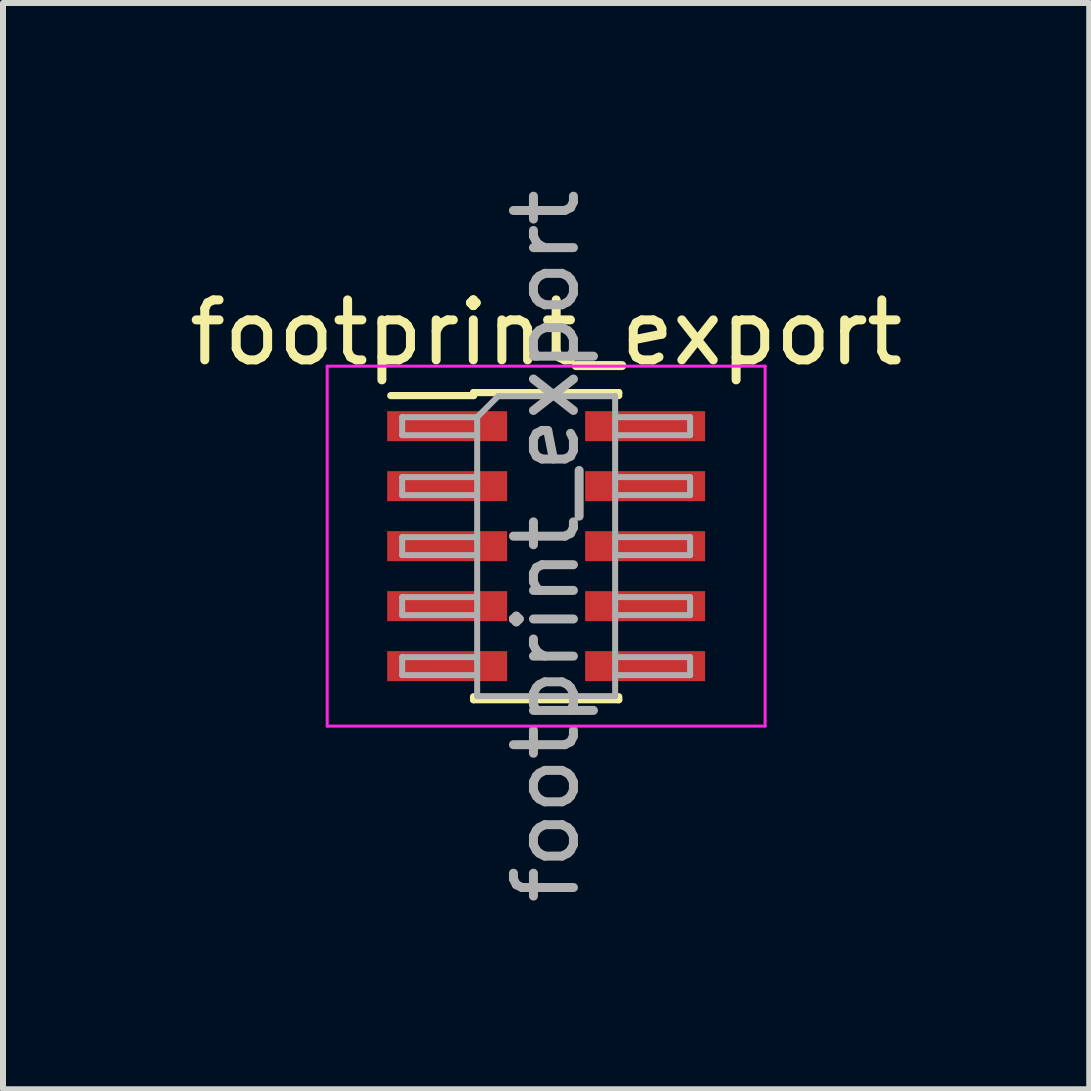
<source format=kicad_pcb>
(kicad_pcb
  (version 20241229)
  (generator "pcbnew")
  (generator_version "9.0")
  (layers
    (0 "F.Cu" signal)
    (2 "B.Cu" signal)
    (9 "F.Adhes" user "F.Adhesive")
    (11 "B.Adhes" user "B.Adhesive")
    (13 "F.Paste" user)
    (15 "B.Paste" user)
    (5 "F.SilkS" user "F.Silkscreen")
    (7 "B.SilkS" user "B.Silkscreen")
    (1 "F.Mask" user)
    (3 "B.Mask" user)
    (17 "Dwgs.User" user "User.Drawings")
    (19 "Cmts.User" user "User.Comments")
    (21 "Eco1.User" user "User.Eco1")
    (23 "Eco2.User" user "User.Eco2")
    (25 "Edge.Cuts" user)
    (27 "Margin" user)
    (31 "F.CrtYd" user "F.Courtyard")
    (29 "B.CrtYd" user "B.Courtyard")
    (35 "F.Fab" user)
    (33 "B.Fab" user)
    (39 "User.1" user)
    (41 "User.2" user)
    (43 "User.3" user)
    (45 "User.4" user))
  (footprint "footprint_export"
    (layer "F.Cu")
    (at 6.054 6.054)
    (property "Reference" "footprint_export" (at 0 -3.56 0) (layer "F.SilkS") (effects (font (size 1 1) (thickness 0.15))))
    (attr smd)
    (fp_line (start -2.59 -2.51) (end -1.21 -2.51) (stroke (width 0.12) (type solid)) (layer "F.SilkS"))
    (fp_line (start -1.21 -2.56) (end -1.21 -2.51) (stroke (width 0.12) (type solid)) (layer "F.SilkS"))
    (fp_line (start -1.21 -2.56) (end 1.21 -2.56) (stroke (width 0.12) (type solid)) (layer "F.SilkS"))
    (fp_line (start -1.21 2.51) (end -1.21 2.56) (stroke (width 0.12) (type solid)) (layer "F.SilkS"))
    (fp_line (start -1.21 2.56) (end 1.21 2.56) (stroke (width 0.12) (type solid)) (layer "F.SilkS"))
    (fp_line (start 1.21 -2.56) (end 1.21 -2.51) (stroke (width 0.12) (type solid)) (layer "F.SilkS"))
    (fp_line (start 1.21 2.51) (end 1.21 2.56) (stroke (width 0.12) (type solid)) (layer "F.SilkS"))
    (fp_line (start -3.65 -3) (end -3.65 3) (stroke (width 0.05) (type solid)) (layer "F.CrtYd"))
    (fp_line (start -3.65 3) (end 3.65 3) (stroke (width 0.05) (type solid)) (layer "F.CrtYd"))
    (fp_line (start 3.65 -3) (end -3.65 -3) (stroke (width 0.05) (type solid)) (layer "F.CrtYd"))
    (fp_line (start 3.65 3) (end 3.65 -3) (stroke (width 0.05) (type solid)) (layer "F.CrtYd"))
    (fp_line (start -2.4 -2.15) (end -2.4 -1.85) (stroke (width 0.1) (type solid)) (layer "F.Fab"))
    (fp_line (start -2.4 -1.85) (end -1.15 -1.85) (stroke (width 0.1) (type solid)) (layer "F.Fab"))
    (fp_line (start -2.4 -1.15) (end -2.4 -0.85) (stroke (width 0.1) (type solid)) (layer "F.Fab"))
    (fp_line (start -2.4 -0.85) (end -1.15 -0.85) (stroke (width 0.1) (type solid)) (layer "F.Fab"))
    (fp_line (start -2.4 -0.15) (end -2.4 0.15) (stroke (width 0.1) (type solid)) (layer "F.Fab"))
    (fp_line (start -2.4 0.15) (end -1.15 0.15) (stroke (width 0.1) (type solid)) (layer "F.Fab"))
    (fp_line (start -2.4 0.85) (end -2.4 1.15) (stroke (width 0.1) (type solid)) (layer "F.Fab"))
    (fp_line (start -2.4 1.15) (end -1.15 1.15) (stroke (width 0.1) (type solid)) (layer "F.Fab"))
    (fp_line (start -2.4 1.85) (end -2.4 2.15) (stroke (width 0.1) (type solid)) (layer "F.Fab"))
    (fp_line (start -2.4 2.15) (end -1.15 2.15) (stroke (width 0.1) (type solid)) (layer "F.Fab"))
    (fp_line (start -1.15 -2.15) (end -2.4 -2.15) (stroke (width 0.1) (type solid)) (layer "F.Fab"))
    (fp_line (start -1.15 -2.15) (end -0.8 -2.5) (stroke (width 0.1) (type solid)) (layer "F.Fab"))
    (fp_line (start -1.15 -1.15) (end -2.4 -1.15) (stroke (width 0.1) (type solid)) (layer "F.Fab"))
    (fp_line (start -1.15 -0.15) (end -2.4 -0.15) (stroke (width 0.1) (type solid)) (layer "F.Fab"))
    (fp_line (start -1.15 0.85) (end -2.4 0.85) (stroke (width 0.1) (type solid)) (layer "F.Fab"))
    (fp_line (start -1.15 1.85) (end -2.4 1.85) (stroke (width 0.1) (type solid)) (layer "F.Fab"))
    (fp_line (start -1.15 2.5) (end -1.15 -2.15) (stroke (width 0.1) (type solid)) (layer "F.Fab"))
    (fp_line (start -0.8 -2.5) (end 1.15 -2.5) (stroke (width 0.1) (type solid)) (layer "F.Fab"))
    (fp_line (start 1.15 -2.5) (end 1.15 2.5) (stroke (width 0.1) (type solid)) (layer "F.Fab"))
    (fp_line (start 1.15 -2.15) (end 2.4 -2.15) (stroke (width 0.1) (type solid)) (layer "F.Fab"))
    (fp_line (start 1.15 -1.15) (end 2.4 -1.15) (stroke (width 0.1) (type solid)) (layer "F.Fab"))
    (fp_line (start 1.15 -0.15) (end 2.4 -0.15) (stroke (width 0.1) (type solid)) (layer "F.Fab"))
    (fp_line (start 1.15 0.85) (end 2.4 0.85) (stroke (width 0.1) (type solid)) (layer "F.Fab"))
    (fp_line (start 1.15 1.85) (end 2.4 1.85) (stroke (width 0.1) (type solid)) (layer "F.Fab"))
    (fp_line (start 1.15 2.5) (end -1.15 2.5) (stroke (width 0.1) (type solid)) (layer "F.Fab"))
    (fp_line (start 2.4 -2.15) (end 2.4 -1.85) (stroke (width 0.1) (type solid)) (layer "F.Fab"))
    (fp_line (start 2.4 -1.85) (end 1.15 -1.85) (stroke (width 0.1) (type solid)) (layer "F.Fab"))
    (fp_line (start 2.4 -1.15) (end 2.4 -0.85) (stroke (width 0.1) (type solid)) (layer "F.Fab"))
    (fp_line (start 2.4 -0.85) (end 1.15 -0.85) (stroke (width 0.1) (type solid)) (layer "F.Fab"))
    (fp_line (start 2.4 -0.15) (end 2.4 0.15) (stroke (width 0.1) (type solid)) (layer "F.Fab"))
    (fp_line (start 2.4 0.15) (end 1.15 0.15) (stroke (width 0.1) (type solid)) (layer "F.Fab"))
    (fp_line (start 2.4 0.85) (end 2.4 1.15) (stroke (width 0.1) (type solid)) (layer "F.Fab"))
    (fp_line (start 2.4 1.15) (end 1.15 1.15) (stroke (width 0.1) (type solid)) (layer "F.Fab"))
    (fp_line (start 2.4 1.85) (end 2.4 2.15) (stroke (width 0.1) (type solid)) (layer "F.Fab"))
    (fp_line (start 2.4 2.15) (end 1.15 2.15) (stroke (width 0.1) (type solid)) (layer "F.Fab"))
    (fp_text user "${REFERENCE}" (at 0 0 90) (layer "F.Fab") (effects (font (size 1 1) (thickness 0.15))))
    (pad "1" smd rect (at -1.65 -2) (size 2 0.5) (layers "F.Cu" "F.Mask" "F.Paste"))
    (pad "2" smd rect (at 1.65 -2) (size 2 0.5) (layers "F.Cu" "F.Mask" "F.Paste"))
    (pad "3" smd rect (at -1.65 -1) (size 2 0.5) (layers "F.Cu" "F.Mask" "F.Paste"))
    (pad "4" smd rect (at 1.65 -1) (size 2 0.5) (layers "F.Cu" "F.Mask" "F.Paste"))
    (pad "5" smd rect (at -1.65 0) (size 2 0.5) (layers "F.Cu" "F.Mask" "F.Paste"))
    (pad "6" smd rect (at 1.65 0) (size 2 0.5) (layers "F.Cu" "F.Mask" "F.Paste"))
    (pad "7" smd rect (at -1.65 1) (size 2 0.5) (layers "F.Cu" "F.Mask" "F.Paste"))
    (pad "8" smd rect (at 1.65 1) (size 2 0.5) (layers "F.Cu" "F.Mask" "F.Paste"))
    (pad "9" smd rect (at -1.65 2) (size 2 0.5) (layers "F.Cu" "F.Mask" "F.Paste"))
    (pad "10" smd rect (at 1.65 2) (size 2 0.5) (layers "F.Cu" "F.Mask" "F.Paste")))
  (gr_rect
    (start -3 -3)
    (end 15.107 15.107)
    (stroke (width 0.1) (type default))
    (fill no)
    (layer "Edge.Cuts")))
</source>
